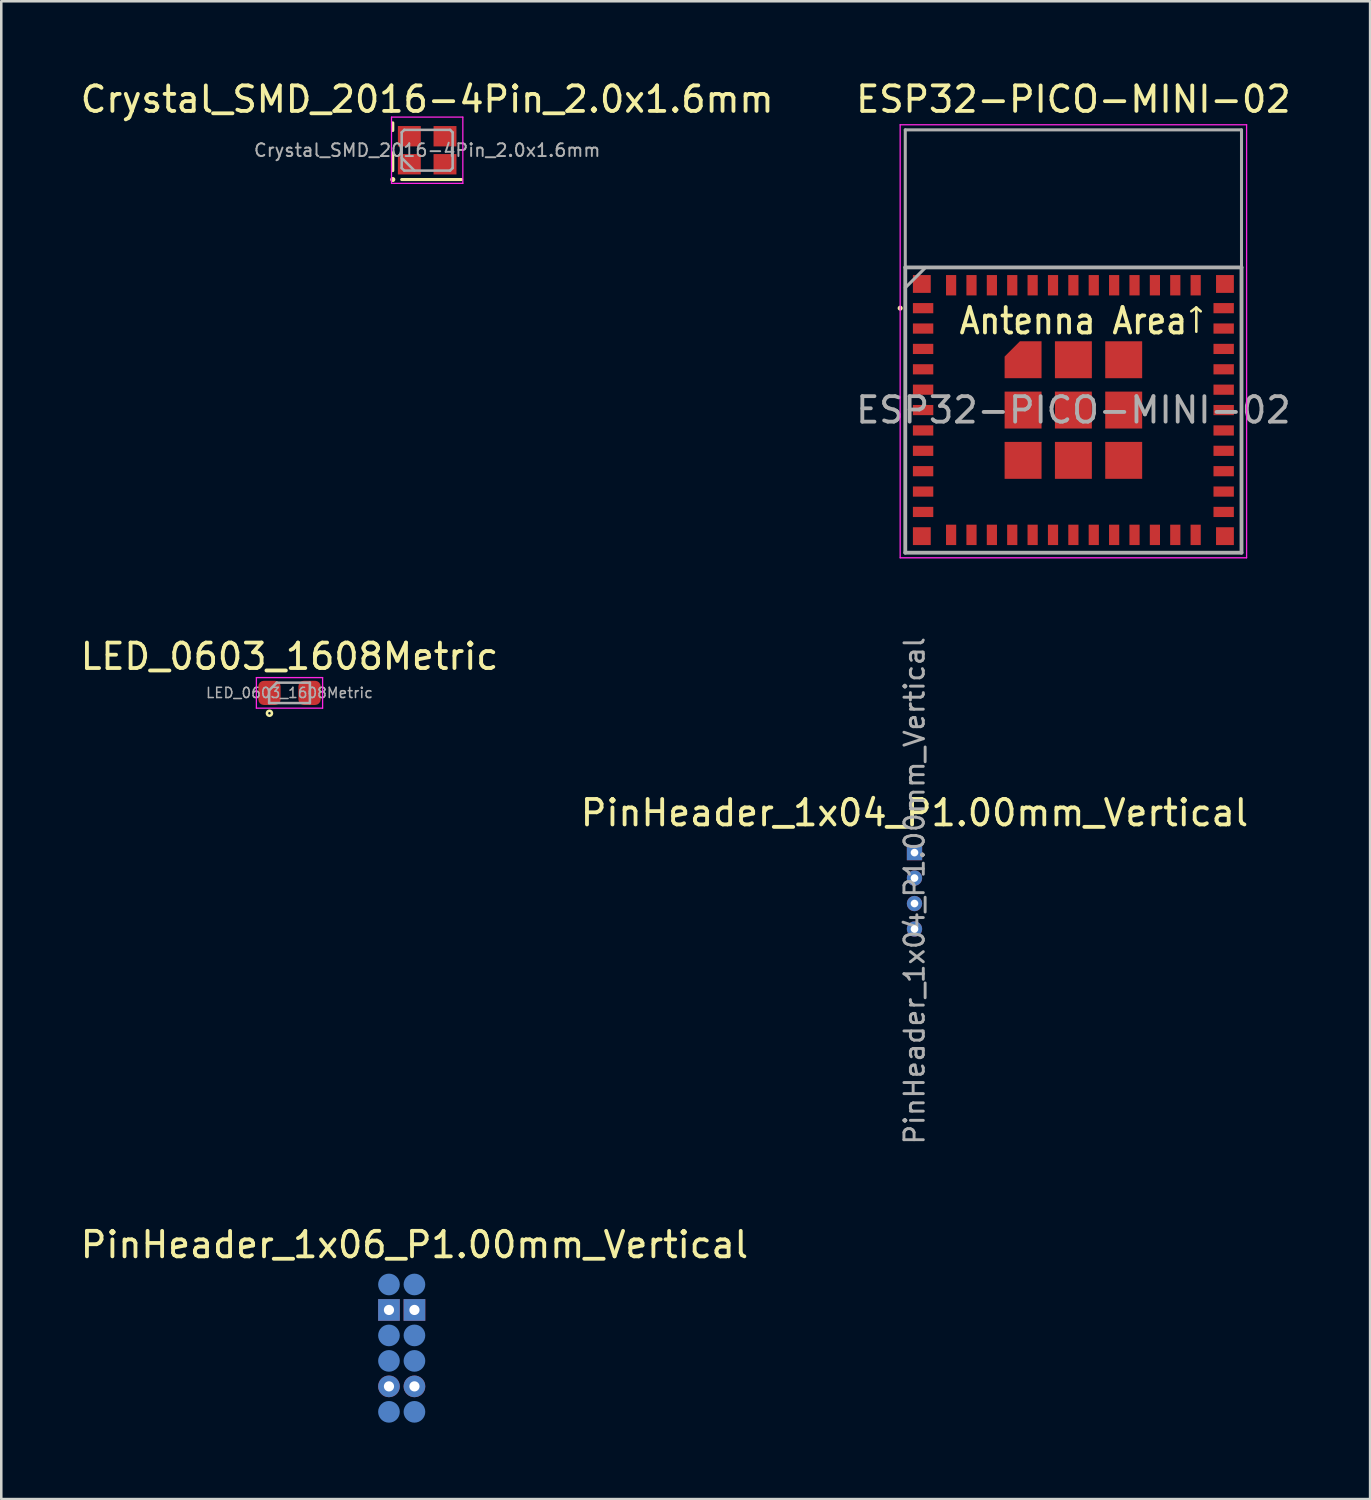
<source format=kicad_pcb>
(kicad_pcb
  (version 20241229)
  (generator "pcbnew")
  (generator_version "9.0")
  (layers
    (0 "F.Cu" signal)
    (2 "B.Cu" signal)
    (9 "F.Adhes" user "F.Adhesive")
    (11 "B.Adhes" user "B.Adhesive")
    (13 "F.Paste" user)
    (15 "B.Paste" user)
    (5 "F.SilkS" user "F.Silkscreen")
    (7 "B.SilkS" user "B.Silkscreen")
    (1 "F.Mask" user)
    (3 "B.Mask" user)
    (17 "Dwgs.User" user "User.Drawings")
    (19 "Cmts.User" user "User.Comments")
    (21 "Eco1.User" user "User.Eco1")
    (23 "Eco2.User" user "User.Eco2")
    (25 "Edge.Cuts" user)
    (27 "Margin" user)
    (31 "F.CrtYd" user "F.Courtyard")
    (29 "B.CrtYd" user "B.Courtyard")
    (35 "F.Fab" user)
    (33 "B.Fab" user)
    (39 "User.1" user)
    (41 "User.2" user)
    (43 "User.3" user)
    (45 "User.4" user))
  (footprint "LED_0603_1608Metric"
    (layer "F.Cu")
    (at 8.315 24.151)
    (property "Reference" "LED_0603_1608Metric" (at 0 -1.43 0) (layer "F.SilkS") (effects (font (size 1 1) (thickness 0.15))))
    (attr smd)
    (fp_circle (center -0.787 0.8) (end -0.738 0.8) (stroke (width 0.1) (type solid)) (fill no) (layer "F.SilkS"))
    (fp_line (start -1.3 -0.6) (end 1.3 -0.6) (stroke (width 0.05) (type solid)) (layer "F.CrtYd"))
    (fp_line (start -1.3 0.6) (end -1.3 -0.6) (stroke (width 0.05) (type solid)) (layer "F.CrtYd"))
    (fp_line (start 1.3 -0.6) (end 1.3 0.6) (stroke (width 0.05) (type solid)) (layer "F.CrtYd"))
    (fp_line (start 1.3 0.6) (end -1.3 0.6) (stroke (width 0.05) (type solid)) (layer "F.CrtYd"))
    (fp_line (start -0.8 -0.1) (end -0.8 0.4) (stroke (width 0.1) (type solid)) (layer "F.Fab"))
    (fp_line (start -0.8 0.4) (end 0.8 0.4) (stroke (width 0.1) (type solid)) (layer "F.Fab"))
    (fp_line (start -0.5 -0.4) (end -0.8 -0.1) (stroke (width 0.1) (type solid)) (layer "F.Fab"))
    (fp_line (start 0.8 -0.4) (end -0.5 -0.4) (stroke (width 0.1) (type solid)) (layer "F.Fab"))
    (fp_line (start 0.8 0.4) (end 0.8 -0.4) (stroke (width 0.1) (type solid)) (layer "F.Fab"))
    (fp_text user "${REFERENCE}" (at 0 0 0) (layer "F.Fab") (effects (font (size 0.4 0.4) (thickness 0.06))))
    (pad "1" smd roundrect (at -0.787 0) (size 0.875 0.95) (layers "F.Cu" "F.Mask" "F.Paste") (roundrect_rratio 0.25))
    (pad "2" smd roundrect (at 0.787 0) (size 0.875 0.95) (layers "F.Cu" "F.Mask" "F.Paste") (roundrect_rratio 0.25)))
  (footprint "Crystal_SMD_2016-4Pin_2.0x1.6mm"
    (layer "F.Cu")
    (at 13.72 2.848)
    (property "Reference" "Crystal_SMD_2016-4Pin_2.0x1.6mm" (at 0 -2 0) (layer "F.SilkS") (effects (font (size 1 1) (thickness 0.15))))
    (attr smd)
    (fp_line (start -1.35 -1.075) (end -1.35 -0.775) (stroke (width 0.12) (type solid)) (layer "F.SilkS"))
    (fp_line (start -1.35 0.1) (end -1.35 0.8) (stroke (width 0.12) (type solid)) (layer "F.SilkS"))
    (fp_line (start -1 1.15) (end 1.35 1.15) (stroke (width 0.12) (type solid)) (layer "F.SilkS"))
    (fp_circle (center -1.35 1.15) (end -1.3 1.15) (stroke (width 0.1) (type solid)) (fill no) (layer "F.SilkS"))
    (fp_line (start -1.4 -1.3) (end -1.4 1.3) (stroke (width 0.05) (type solid)) (layer "F.CrtYd"))
    (fp_line (start -1.4 1.3) (end 1.4 1.3) (stroke (width 0.05) (type solid)) (layer "F.CrtYd"))
    (fp_line (start 1.4 -1.3) (end -1.4 -1.3) (stroke (width 0.05) (type solid)) (layer "F.CrtYd"))
    (fp_line (start 1.4 1.3) (end 1.4 -1.3) (stroke (width 0.05) (type solid)) (layer "F.CrtYd"))
    (fp_line (start -1 -0.7) (end -0.9 -0.8) (stroke (width 0.1) (type solid)) (layer "F.Fab"))
    (fp_line (start -1 0.3) (end -0.5 0.8) (stroke (width 0.1) (type solid)) (layer "F.Fab"))
    (fp_line (start -1 0.7) (end -1 -0.7) (stroke (width 0.1) (type solid)) (layer "F.Fab"))
    (fp_line (start -0.9 -0.8) (end 0.9 -0.8) (stroke (width 0.1) (type solid)) (layer "F.Fab"))
    (fp_line (start -0.9 0.8) (end -1 0.7) (stroke (width 0.1) (type solid)) (layer "F.Fab"))
    (fp_line (start 0.9 -0.8) (end 1 -0.7) (stroke (width 0.1) (type solid)) (layer "F.Fab"))
    (fp_line (start 0.9 0.8) (end -0.9 0.8) (stroke (width 0.1) (type solid)) (layer "F.Fab"))
    (fp_line (start 1 -0.7) (end 1 0.7) (stroke (width 0.1) (type solid)) (layer "F.Fab"))
    (fp_line (start 1 0.7) (end 0.9 0.8) (stroke (width 0.1) (type solid)) (layer "F.Fab"))
    (fp_text user "${REFERENCE}" (at 0 0 0) (layer "F.Fab") (effects (font (size 0.5 0.5) (thickness 0.075))))
    (pad "1" smd rect (at -0.7 0.55) (size 0.9 0.8) (layers "F.Cu" "F.Mask" "F.Paste"))
    (pad "2" smd rect (at 0.7 0.55) (size 0.9 0.8) (layers "F.Cu" "F.Mask" "F.Paste"))
    (pad "3" smd rect (at 0.7 -0.55) (size 0.9 0.8) (layers "F.Cu" "F.Mask" "F.Paste"))
    (pad "4" smd rect (at -0.7 -0.55) (size 0.9 0.8) (layers "F.Cu" "F.Mask" "F.Paste")))
  (footprint "ESP32-PICO-MINI-02"
    (layer "F.Cu")
    (at 39.089 13.048)
    (property "Reference" "ESP32-PICO-MINI-02" (at 0 -12.2 0) (layer "F.SilkS") (effects (font (size 1 1) (thickness 0.15))))
    (attr smd)
    (fp_line (start 4.825 -4.025) (end 4.625 -3.875) (stroke (width 0.1) (type default)) (layer "F.SilkS"))
    (fp_line (start 4.825 -4.025) (end 5 -3.875) (stroke (width 0.1) (type default)) (layer "F.SilkS"))
    (fp_line (start 4.825 -3.075) (end 4.825 -4.025) (stroke (width 0.1) (type default)) (layer "F.SilkS"))
    (fp_circle (center -6.8 -4) (end -6.75 -4) (stroke (width 0.1) (type solid)) (fill no) (layer "F.SilkS"))
    (fp_line (start -6.8 -11.2) (end 6.8 -11.2) (stroke (width 0.05) (type solid)) (layer "F.CrtYd"))
    (fp_line (start -6.8 5.8) (end -6.8 -11.2) (stroke (width 0.05) (type solid)) (layer "F.CrtYd"))
    (fp_line (start 6.8 -11.2) (end 6.8 5.8) (stroke (width 0.05) (type solid)) (layer "F.CrtYd"))
    (fp_line (start 6.8 5.8) (end -6.8 5.8) (stroke (width 0.05) (type solid)) (layer "F.CrtYd"))
    (fp_line (start -6.6 -5.6) (end -6.6 -11) (stroke (width 0.12) (type solid)) (layer "F.Fab"))
    (fp_line (start -6.6 -5.6) (end -6.6 5.6) (stroke (width 0.15) (type solid)) (layer "F.Fab"))
    (fp_line (start -6.6 5.6) (end 6.6 5.6) (stroke (width 0.15) (type solid)) (layer "F.Fab"))
    (fp_line (start -5.8 -5.6) (end -6.6 -4.8) (stroke (width 0.12) (type solid)) (layer "F.Fab"))
    (fp_line (start 6.6 -11) (end -6.6 -11) (stroke (width 0.12) (type solid)) (layer "F.Fab"))
    (fp_line (start 6.6 -5.6) (end -6.6 -5.6) (stroke (width 0.15) (type solid)) (layer "F.Fab"))
    (fp_line (start 6.6 -5.6) (end 6.6 -11) (stroke (width 0.12) (type solid)) (layer "F.Fab"))
    (fp_line (start 6.6 5.6) (end 6.6 -5.6) (stroke (width 0.15) (type solid)) (layer "F.Fab"))
    (fp_text user "Antenna Area" (at 0 -3.5 0) (layer "F.SilkS") (effects (font (size 1 0.9) (thickness 0.15))))
    (fp_text user "${REFERENCE}" (at 0 0 0) (layer "F.Fab") (effects (font (size 1 1) (thickness 0.15))))
    (pad "1" smd rect (at -5.9 -4 90) (size 0.4 0.8) (layers "F.Cu" "F.Mask" "F.Paste"))
    (pad "2" smd rect (at -5.9 -3.2 90) (size 0.4 0.8) (layers "F.Cu" "F.Mask" "F.Paste"))
    (pad "3" smd rect (at -5.9 -2.4 90) (size 0.4 0.8) (layers "F.Cu" "F.Mask" "F.Paste"))
    (pad "4" smd rect (at -5.9 -1.6 90) (size 0.4 0.8) (layers "F.Cu" "F.Mask" "F.Paste"))
    (pad "5" smd rect (at -5.9 -0.8 90) (size 0.4 0.8) (layers "F.Cu" "F.Mask" "F.Paste"))
    (pad "6" smd rect (at -5.9 0 90) (size 0.4 0.8) (layers "F.Cu" "F.Mask" "F.Paste"))
    (pad "7" smd rect (at -5.9 0.8 90) (size 0.4 0.8) (layers "F.Cu" "F.Mask" "F.Paste"))
    (pad "8" smd rect (at -5.9 1.6 90) (size 0.4 0.8) (layers "F.Cu" "F.Mask" "F.Paste"))
    (pad "9" smd rect (at -5.9 2.4 90) (size 0.4 0.8) (layers "F.Cu" "F.Mask" "F.Paste"))
    (pad "10" smd rect (at -5.9 3.2 90) (size 0.4 0.8) (layers "F.Cu" "F.Mask" "F.Paste"))
    (pad "11" smd rect (at -5.9 4 90) (size 0.4 0.8) (layers "F.Cu" "F.Mask" "F.Paste"))
    (pad "12" smd rect (at -4.8 4.9) (size 0.4 0.8) (layers "F.Cu" "F.Mask" "F.Paste"))
    (pad "13" smd rect (at -4 4.9) (size 0.4 0.8) (layers "F.Cu" "F.Mask" "F.Paste"))
    (pad "14" smd rect (at -3.2 4.9) (size 0.4 0.8) (layers "F.Cu" "F.Mask" "F.Paste"))
    (pad "15" smd rect (at -2.4 4.9) (size 0.4 0.8) (layers "F.Cu" "F.Mask" "F.Paste"))
    (pad "16" smd rect (at -1.6 4.9) (size 0.4 0.8) (layers "F.Cu" "F.Mask" "F.Paste"))
    (pad "17" smd rect (at -0.8 4.9) (size 0.4 0.8) (layers "F.Cu" "F.Mask" "F.Paste"))
    (pad "18" smd rect (at 0 4.9) (size 0.4 0.8) (layers "F.Cu" "F.Mask" "F.Paste"))
    (pad "19" smd rect (at 0.8 4.9) (size 0.4 0.8) (layers "F.Cu" "F.Mask" "F.Paste"))
    (pad "20" smd rect (at 1.6 4.9) (size 0.4 0.8) (layers "F.Cu" "F.Mask" "F.Paste"))
    (pad "21" smd rect (at 2.4 4.9) (size 0.4 0.8) (layers "F.Cu" "F.Mask" "F.Paste"))
    (pad "22" smd rect (at 3.2 4.9) (size 0.4 0.8) (layers "F.Cu" "F.Mask" "F.Paste"))
    (pad "23" smd rect (at 4 4.9) (size 0.4 0.8) (layers "F.Cu" "F.Mask" "F.Paste"))
    (pad "24" smd rect (at 4.8 4.9) (size 0.4 0.8) (layers "F.Cu" "F.Mask" "F.Paste"))
    (pad "25" smd rect (at 5.9 4 90) (size 0.4 0.8) (layers "F.Cu" "F.Mask" "F.Paste"))
    (pad "26" smd rect (at 5.9 3.2 90) (size 0.4 0.8) (layers "F.Cu" "F.Mask" "F.Paste"))
    (pad "27" smd rect (at 5.9 2.4 90) (size 0.4 0.8) (layers "F.Cu" "F.Mask" "F.Paste"))
    (pad "28" smd rect (at 5.9 1.6 90) (size 0.4 0.8) (layers "F.Cu" "F.Mask" "F.Paste"))
    (pad "29" smd rect (at 5.9 0.8 90) (size 0.4 0.8) (layers "F.Cu" "F.Mask" "F.Paste"))
    (pad "30" smd rect (at 5.9 0 90) (size 0.4 0.8) (layers "F.Cu" "F.Mask" "F.Paste"))
    (pad "31" smd rect (at 5.9 -0.8 90) (size 0.4 0.8) (layers "F.Cu" "F.Mask" "F.Paste"))
    (pad "32" smd rect (at 5.9 -1.6 90) (size 0.4 0.8) (layers "F.Cu" "F.Mask" "F.Paste"))
    (pad "33" smd rect (at 5.9 -2.4 90) (size 0.4 0.8) (layers "F.Cu" "F.Mask" "F.Paste"))
    (pad "34" smd rect (at 5.9 -3.2 90) (size 0.4 0.8) (layers "F.Cu" "F.Mask" "F.Paste"))
    (pad "35" smd rect (at 5.9 -4 90) (size 0.4 0.8) (layers "F.Cu" "F.Mask" "F.Paste"))
    (pad "36" smd rect (at 4.8 -4.9) (size 0.4 0.8) (layers "F.Cu" "F.Mask" "F.Paste"))
    (pad "37" smd rect (at 4 -4.9) (size 0.4 0.8) (layers "F.Cu" "F.Mask" "F.Paste"))
    (pad "38" smd rect (at 3.2 -4.9) (size 0.4 0.8) (layers "F.Cu" "F.Mask" "F.Paste"))
    (pad "39" smd rect (at 2.4 -4.9) (size 0.4 0.8) (layers "F.Cu" "F.Mask" "F.Paste"))
    (pad "40" smd rect (at 1.6 -4.9) (size 0.4 0.8) (layers "F.Cu" "F.Mask" "F.Paste"))
    (pad "41" smd rect (at 0.8 -4.9) (size 0.4 0.8) (layers "F.Cu" "F.Mask" "F.Paste"))
    (pad "42" smd rect (at 0 -4.9) (size 0.4 0.8) (layers "F.Cu" "F.Mask" "F.Paste"))
    (pad "43" smd rect (at -0.8 -4.9) (size 0.4 0.8) (layers "F.Cu" "F.Mask" "F.Paste"))
    (pad "44" smd rect (at -1.6 -4.9) (size 0.4 0.8) (layers "F.Cu" "F.Mask" "F.Paste"))
    (pad "45" smd rect (at -2.4 -4.9) (size 0.4 0.8) (layers "F.Cu" "F.Mask" "F.Paste"))
    (pad "46" smd rect (at -3.2 -4.9) (size 0.4 0.8) (layers "F.Cu" "F.Mask" "F.Paste"))
    (pad "47" smd rect (at -4 -4.9) (size 0.4 0.8) (layers "F.Cu" "F.Mask" "F.Paste"))
    (pad "48" smd rect (at -4.8 -4.9) (size 0.4 0.8) (layers "F.Cu" "F.Mask" "F.Paste"))
    (pad "49" smd custom (at -1.975 -1.975) (size 0.8 0.8) (layers "F.Cu" "F.Mask" "F.Paste") (options (anchor rect)) (primitives (gr_poly (pts (xy 0.725 0.725) (xy -0.725 0.725) (xy -0.725 -0.125) (xy -0.125 -0.725) (xy 0.725 -0.725)) (width 0) (fill yes))))
    (pad "49" smd rect (at -1.975 0 90) (size 1.45 1.45) (layers "F.Cu" "F.Mask" "F.Paste"))
    (pad "49" smd rect (at -1.975 1.975 90) (size 1.45 1.45) (layers "F.Cu" "F.Mask" "F.Paste"))
    (pad "49" smd rect (at 0 -1.975 90) (size 1.45 1.45) (layers "F.Cu" "F.Mask" "F.Paste"))
    (pad "49" smd rect (at 0 0 90) (size 1.45 1.45) (layers "F.Cu" "F.Mask" "F.Paste"))
    (pad "49" smd rect (at 0 1.975 90) (size 1.45 1.45) (layers "F.Cu" "F.Mask" "F.Paste"))
    (pad "49" smd rect (at 1.975 -1.975 90) (size 1.45 1.45) (layers "F.Cu" "F.Mask" "F.Paste"))
    (pad "49" smd rect (at 1.975 0 90) (size 1.45 1.45) (layers "F.Cu" "F.Mask" "F.Paste"))
    (pad "49" smd rect (at 1.975 1.975 90) (size 1.45 1.45) (layers "F.Cu" "F.Mask" "F.Paste"))
    (pad "50" smd rect (at 5.95 -4.95 90) (size 0.7 0.7) (layers "F.Cu" "F.Mask" "F.Paste"))
    (pad "51" smd rect (at 5.95 4.95 90) (size 0.7 0.7) (layers "F.Cu" "F.Mask" "F.Paste"))
    (pad "52" smd rect (at -5.95 4.95 90) (size 0.7 0.7) (layers "F.Cu" "F.Mask" "F.Paste"))
    (pad "53" smd rect (at -5.95 -4.95 90) (size 0.7 0.7) (layers "F.Cu" "F.Mask" "F.Paste"))
    (zone (net_name "") (layers "F.Cu" "B.Cu") (name "antenna keepout") (hatch edge 0.5) (connect_pads) (min_thickness 0.25) (filled_areas_thickness no) (keepout (tracks not_allowed) (vias not_allowed) (pads not_allowed) (copperpour not_allowed) (footprints allowed)) (placement (enabled no)) (fill) (polygon (pts (xy 32.489 7.448) (xy 32.489 2.048) (xy 45.689 2.048) (xy 45.689 7.448)))))
  (footprint "PinHeader_1x04_P1.00mm_Vertical"
    (layer "F.Cu")
    (at 32.851 30.421)
    (property "Reference" "PinHeader_1x04_P1.00mm_Vertical" (at 0 -1.56 0) (layer "F.SilkS") (effects (font (size 1 1) (thickness 0.15))))
    (attr through_hole)
    (fp_text user "${REFERENCE}" (at 0 1.5 90) (layer "F.Fab") (effects (font (size 0.76 0.76) (thickness 0.114))))
    (pad "1" thru_hole rect (at 0 0) (size 0.6 0.6) (drill 0.3) (layers "*.Cu" "*.Mask"))
    (pad "2" thru_hole oval (at 0 1) (size 0.6 0.6) (drill 0.3) (layers "*.Cu" "*.Mask"))
    (pad "3" thru_hole oval (at 0 2) (size 0.6 0.6) (drill 0.3) (layers "*.Cu" "*.Mask"))
    (pad "4" thru_hole oval (at 0 3) (size 0.6 0.6) (drill 0.3) (layers "*.Cu" "*.Mask")))
  (footprint "PinHeader_1x06_P1.00mm_Vertical"
    (layer "F.Cu")
    (at 13.22 47.376)
    (property "Reference" "PinHeader_1x06_P1.00mm_Vertical" (at 0 -1.56 0) (layer "F.SilkS") (effects (font (size 1 1) (thickness 0.15))))
    (attr through_hole)
    (pad "1" thru_hole rect (at -1 1) (size 0.85 0.85) (drill 0.4) (layers "*.Cu" "B.Mask"))
    (pad "1" thru_hole rect (at 0 1) (size 0.85 0.85) (drill 0.4) (layers "*.Cu" "B.Mask"))
    (pad "2" smd oval (at 0 0) (size 0.85 0.85) (layers "B.Cu" "B.Mask"))
    (pad "3" smd oval (at 0 2) (size 0.85 0.85) (layers "B.Cu" "B.Mask"))
    (pad "4" smd oval (at 0 3) (size 0.85 0.85) (layers "B.Cu" "B.Mask"))
    (pad "5" smd oval (at 0 5) (size 0.85 0.85) (layers "B.Cu" "B.Mask"))
    (pad "6" smd oval (at -1 0) (size 0.85 0.85) (layers "B.Cu" "B.Mask"))
    (pad "7" smd oval (at -1 2) (size 0.85 0.85) (layers "B.Cu" "B.Mask"))
    (pad "8" smd oval (at -1 3) (size 0.85 0.85) (layers "B.Cu" "B.Mask"))
    (pad "9" smd oval (at -1 5) (size 0.85 0.85) (layers "B.Cu" "B.Mask"))
    (pad "10" thru_hole oval (at -1 4) (size 0.85 0.85) (drill 0.4) (layers "*.Cu" "B.Mask"))
    (pad "10" thru_hole oval (at 0 4) (size 0.85 0.85) (drill 0.4) (layers "*.Cu" "B.Mask")))
  (gr_rect
    (start -3 -3)
    (end 50.738 55.801)
    (stroke (width 0.1) (type default))
    (fill no)
    (layer "Edge.Cuts")))
</source>
